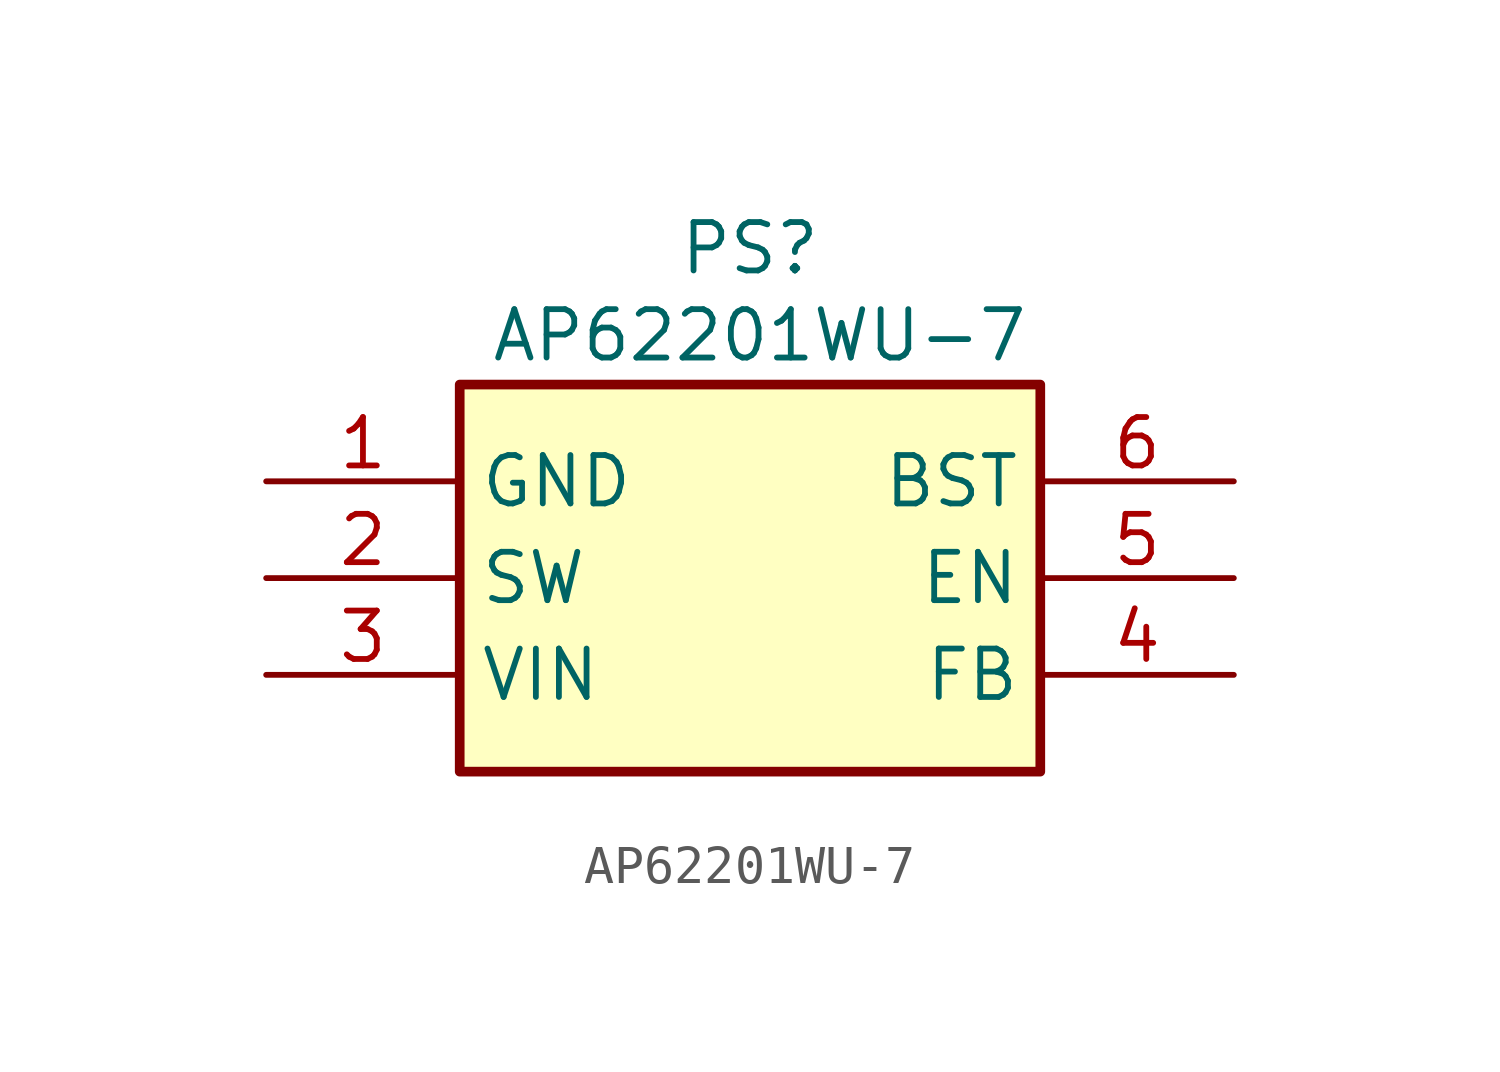
<source format=kicad_sym>
(kicad_symbol_lib
  (version 20231120)
  (generator "kicad_symbol_editor")
  (generator_version "8.0")
  (symbol "AP62201WU-7"
    (property "Reference" "PS"
      (at 12.7 6.858 0)
      (effects (font (size 1.27 1.27)) (justify top)))
    (property "Value" "AP62201WU-7"
      (at 12.954 4.572 0)
      (effects (font (size 1.27 1.27)) (justify top)))
    (symbol "AP62201WU-7_1_1"
      (rectangle (start 5.08 2.54) (end 20.32 -7.62) (stroke (width 0.254) (type default)) (fill (type background)))
      (pin passive line (at 0 0 0) (length 5.08) (name "GND" (effects (font (size 1.27 1.27)))) (number "1" (effects (font (size 1.27 1.27)))))
      (pin passive line (at 0 -2.54 0) (length 5.08) (name "SW" (effects (font (size 1.27 1.27)))) (number "2" (effects (font (size 1.27 1.27)))))
      (pin passive line (at 0 -5.08 0) (length 5.08) (name "VIN" (effects (font (size 1.27 1.27)))) (number "3" (effects (font (size 1.27 1.27)))))
      (pin passive line (at 25.4 -5.08 180) (length 5.08) (name "FB" (effects (font (size 1.27 1.27)))) (number "4" (effects (font (size 1.27 1.27)))))
      (pin passive line (at 25.4 -2.54 180) (length 5.08) (name "EN" (effects (font (size 1.27 1.27)))) (number "5" (effects (font (size 1.27 1.27)))))
      (pin passive line (at 25.4 0 180) (length 5.08) (name "BST" (effects (font (size 1.27 1.27)))) (number "6" (effects (font (size 1.27 1.27))))))))
</source>
